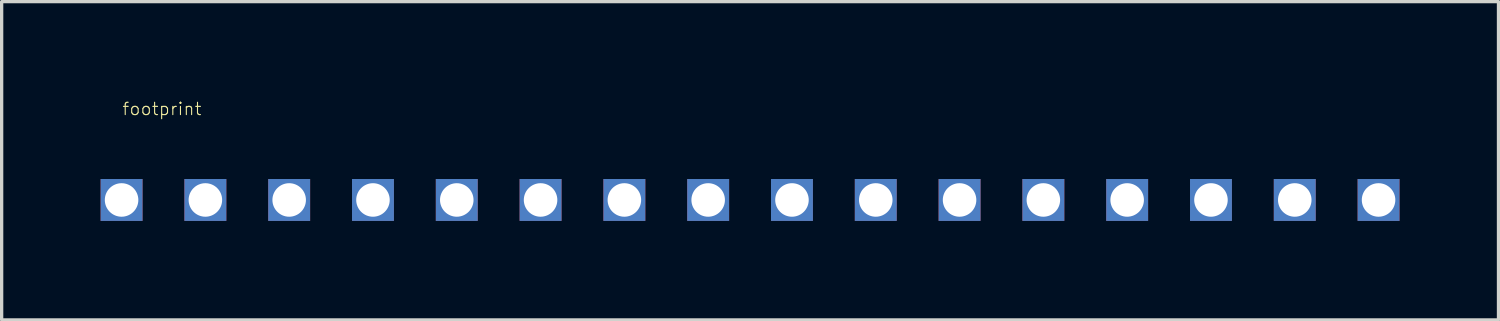
<source format=kicad_pcb>
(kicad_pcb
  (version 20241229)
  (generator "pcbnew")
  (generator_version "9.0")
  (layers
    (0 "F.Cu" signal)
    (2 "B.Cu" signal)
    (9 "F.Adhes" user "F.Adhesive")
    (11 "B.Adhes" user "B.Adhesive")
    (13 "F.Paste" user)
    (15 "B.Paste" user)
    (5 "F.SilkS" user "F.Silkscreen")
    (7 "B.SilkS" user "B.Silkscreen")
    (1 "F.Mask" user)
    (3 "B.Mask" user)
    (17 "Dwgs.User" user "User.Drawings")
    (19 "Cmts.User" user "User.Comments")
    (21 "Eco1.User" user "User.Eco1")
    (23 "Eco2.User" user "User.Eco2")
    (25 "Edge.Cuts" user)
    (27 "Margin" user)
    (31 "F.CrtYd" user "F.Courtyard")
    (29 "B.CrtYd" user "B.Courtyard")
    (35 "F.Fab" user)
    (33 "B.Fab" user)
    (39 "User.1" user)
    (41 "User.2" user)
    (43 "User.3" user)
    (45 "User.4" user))
  (footprint "footprint"
    (layer "F.Cu")
    (at 0.635 3.011)
    (property "Reference" "footprint" (at 0 -2.54 0) (layer "F.SilkS") (effects (font (size 0.374 0.374) (thickness 0.033)) (justify left bottom)))
    (pad "1" thru_hole rect (at 0 0) (size 1.27 1.27) (drill 1.016) (layers "*.Cu" "*.Mask"))
    (pad "2" thru_hole rect (at 2.54 0) (size 1.27 1.27) (drill 1.016) (layers "*.Cu" "*.Mask"))
    (pad "3" thru_hole rect (at 5.08 0) (size 1.27 1.27) (drill 1.016) (layers "*.Cu" "*.Mask"))
    (pad "4" thru_hole rect (at 7.62 0) (size 1.27 1.27) (drill 1.016) (layers "*.Cu" "*.Mask"))
    (pad "5" thru_hole rect (at 10.16 0) (size 1.27 1.27) (drill 1.016) (layers "*.Cu" "*.Mask"))
    (pad "6" thru_hole rect (at 12.7 0) (size 1.27 1.27) (drill 1.016) (layers "*.Cu" "*.Mask"))
    (pad "7" thru_hole rect (at 15.24 0) (size 1.27 1.27) (drill 1.016) (layers "*.Cu" "*.Mask"))
    (pad "8" thru_hole rect (at 17.78 0) (size 1.27 1.27) (drill 1.016) (layers "*.Cu" "*.Mask"))
    (pad "9" thru_hole rect (at 20.32 0) (size 1.27 1.27) (drill 1.016) (layers "*.Cu" "*.Mask"))
    (pad "10" thru_hole rect (at 22.86 0) (size 1.27 1.27) (drill 1.016) (layers "*.Cu" "*.Mask"))
    (pad "11" thru_hole rect (at 25.4 0) (size 1.27 1.27) (drill 1.016) (layers "*.Cu" "*.Mask"))
    (pad "12" thru_hole rect (at 27.94 0) (size 1.27 1.27) (drill 1.016) (layers "*.Cu" "*.Mask"))
    (pad "13" thru_hole rect (at 30.48 0) (size 1.27 1.27) (drill 1.016) (layers "*.Cu" "*.Mask"))
    (pad "14" thru_hole rect (at 33.02 0) (size 1.27 1.27) (drill 1.016) (layers "*.Cu" "*.Mask"))
    (pad "15" thru_hole rect (at 35.56 0) (size 1.27 1.27) (drill 1.016) (layers "*.Cu" "*.Mask"))
    (pad "16" thru_hole rect (at 38.1 0) (size 1.27 1.27) (drill 1.016) (layers "*.Cu" "*.Mask")))
  (gr_rect
    (start -3 -3)
    (end 42.37 6.646)
    (stroke (width 0.1) (type default))
    (fill no)
    (layer "Edge.Cuts")))
</source>
